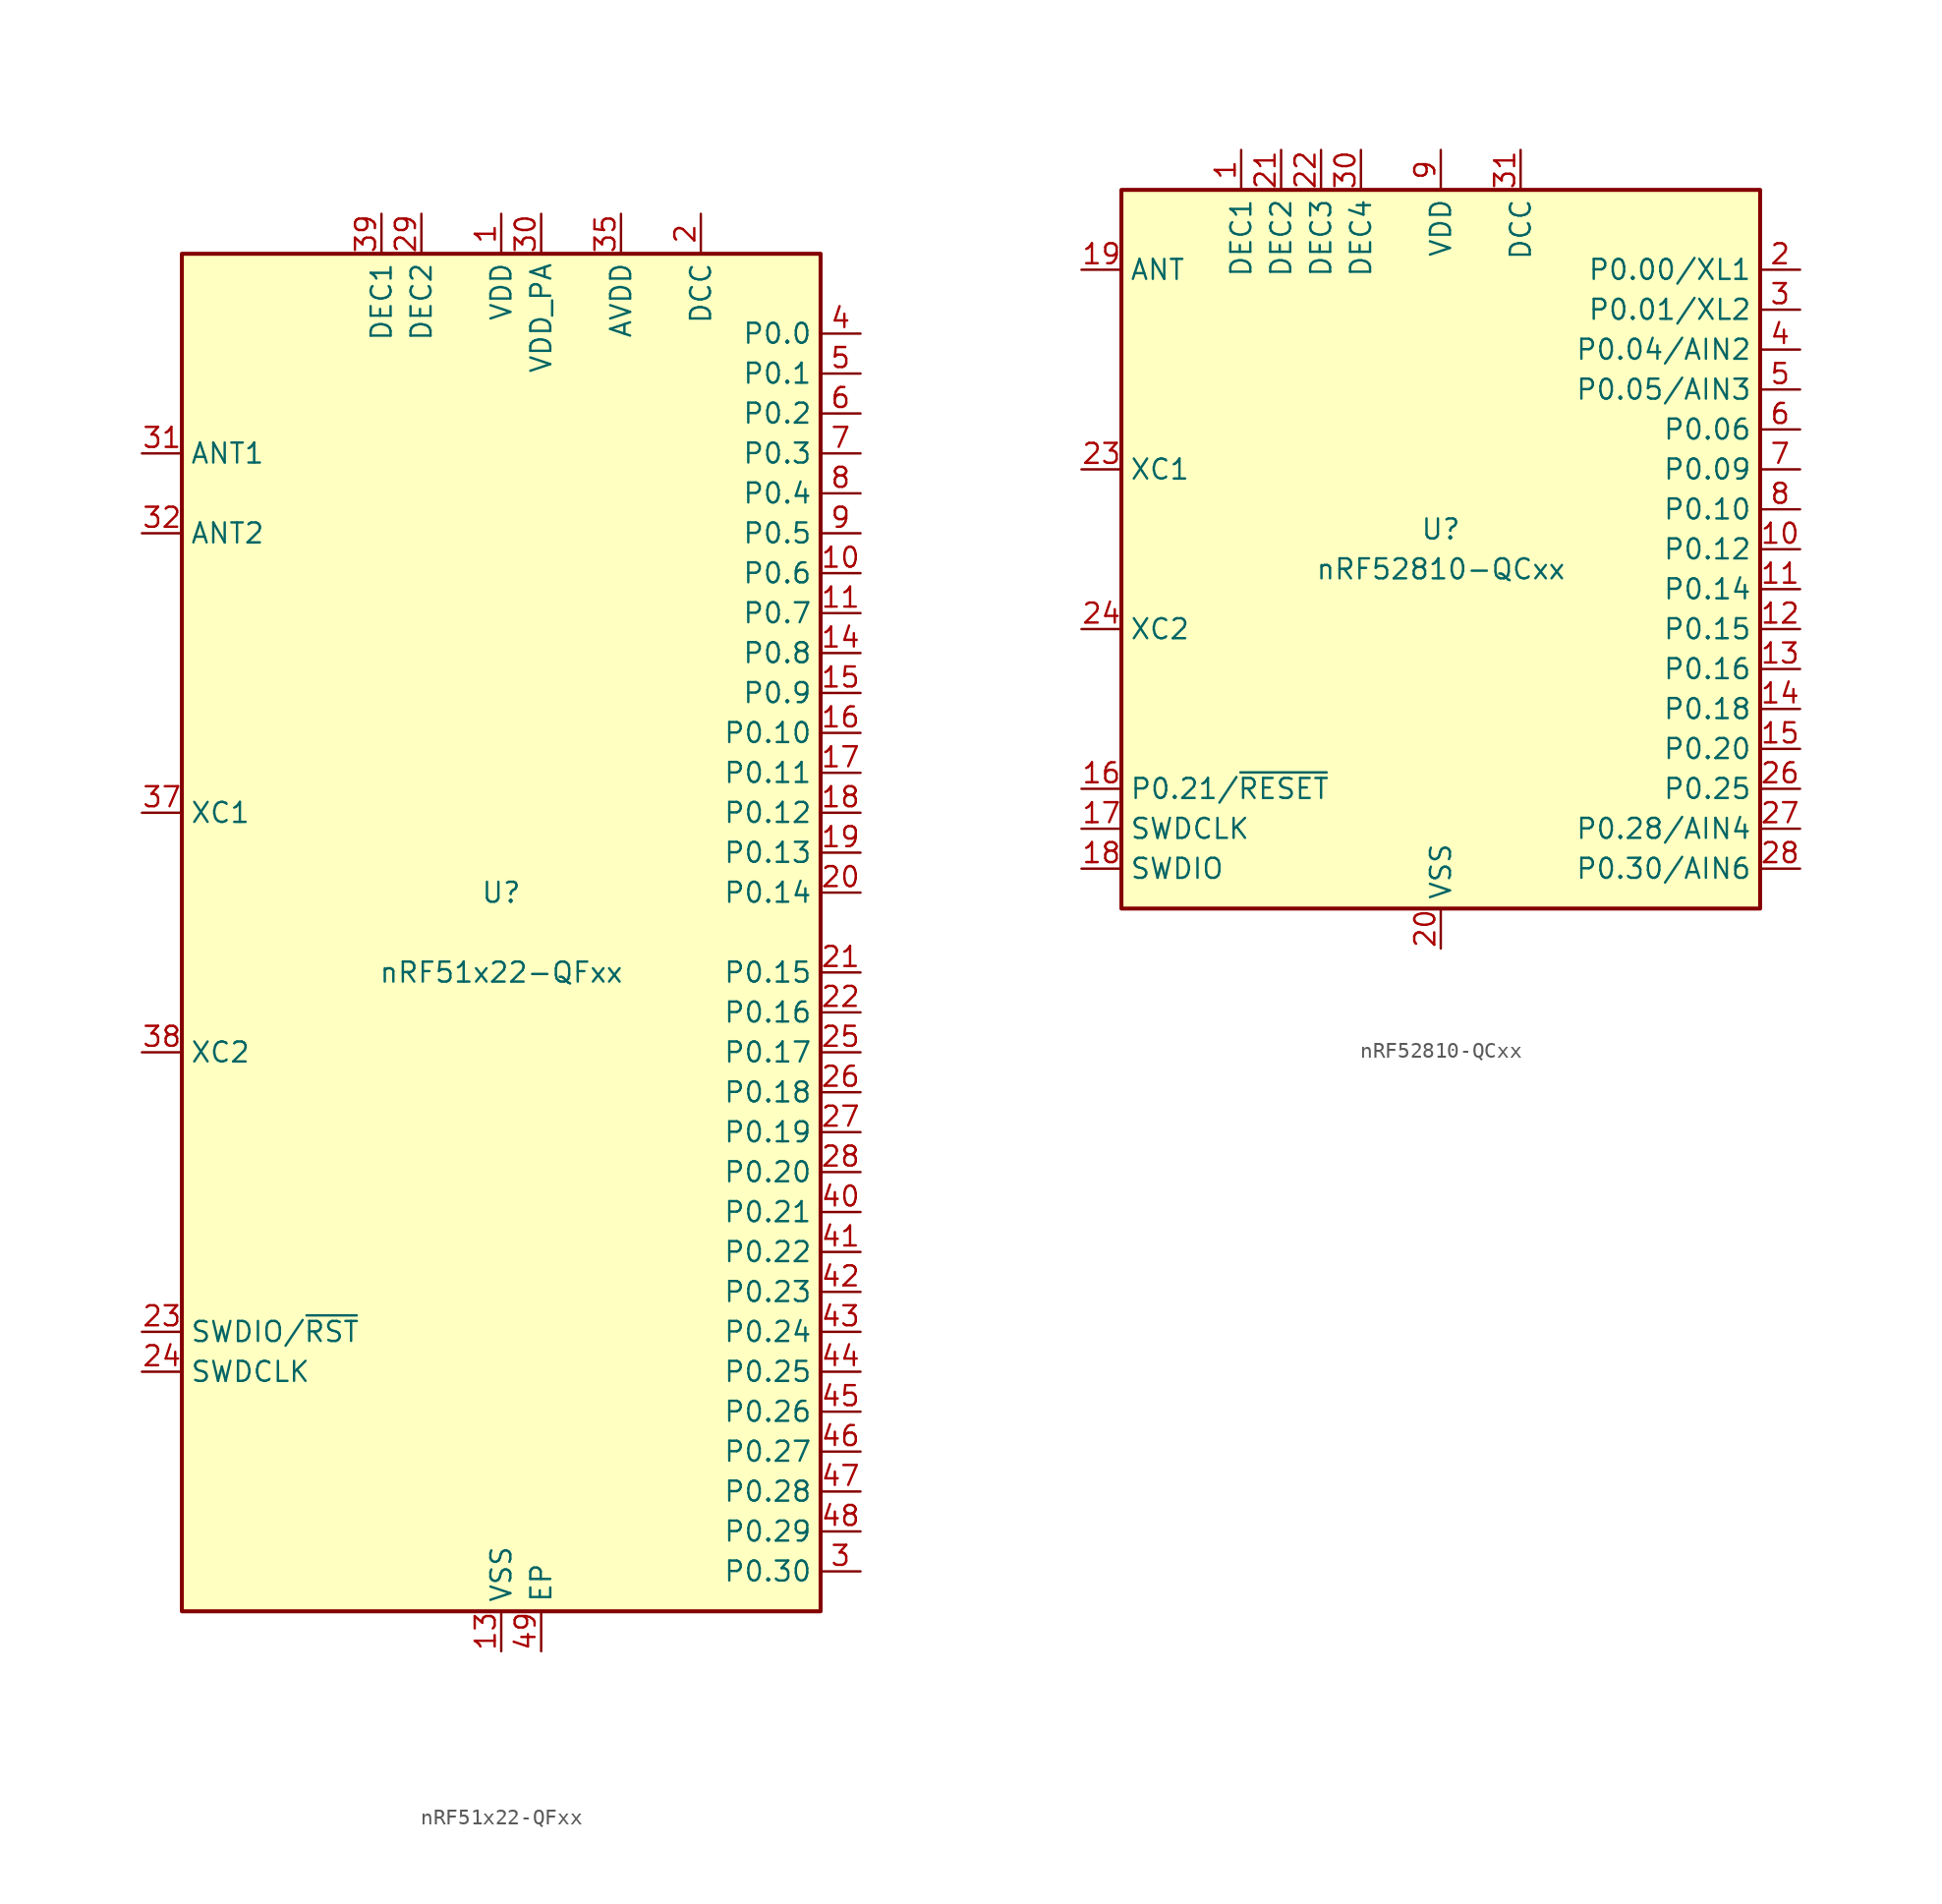
<source format=kicad_sym>
(kicad_symbol_lib
  (version 20241209)
  (generator "kicad_symbol_editor")
  (generator_version "9.0")
  (symbol "nRF51x22-QFxx"
    (property "Reference" "U"
      (at 0 2.54 0)
      (effects (font (size 1.27 1.27))))
    (property "Value" "nRF51x22-QFxx"
      (at 0 -2.54 0)
      (effects (font (size 1.27 1.27))))
    (symbol "nRF51x22-QFxx_0_1"
      (rectangle (start -20.32 43.18) (end 20.32 -43.18) (stroke (width 0.254) (type default)) (fill (type background))))
    (symbol "nRF51x22-QFxx_1_1"
      (pin output line (at -22.86 30.48 0) (length 2.54) (name "ANT1" (effects (font (size 1.27 1.27)))) (number "31" (effects (font (size 1.27 1.27)))))
      (pin output line (at -22.86 25.4 0) (length 2.54) (name "ANT2" (effects (font (size 1.27 1.27)))) (number "32" (effects (font (size 1.27 1.27)))))
      (pin input line (at -22.86 7.62 0) (length 2.54) (name "XC1" (effects (font (size 1.27 1.27)))) (number "37" (effects (font (size 1.27 1.27)))))
      (pin input line (at -22.86 -7.62 0) (length 2.54) (name "XC2" (effects (font (size 1.27 1.27)))) (number "38" (effects (font (size 1.27 1.27)))))
      (pin bidirectional line (at -22.86 -25.4 0) (length 2.54) (name "SWDIO/~{RST}" (effects (font (size 1.27 1.27)))) (number "23" (effects (font (size 1.27 1.27)))))
      (pin input line (at -22.86 -27.94 0) (length 2.54) (name "SWDCLK" (effects (font (size 1.27 1.27)))) (number "24" (effects (font (size 1.27 1.27)))))
      (pin passive line (at -7.62 45.72 270) (length 2.54) (name "DEC1" (effects (font (size 1.27 1.27)))) (number "39" (effects (font (size 1.27 1.27)))))
      (pin passive line (at -5.08 45.72 270) (length 2.54) (name "DEC2" (effects (font (size 1.27 1.27)))) (number "29" (effects (font (size 1.27 1.27)))))
      (pin power_in line (at 0 45.72 270) (length 2.54) (name "VDD" (effects (font (size 1.27 1.27)))) (number "1" (effects (font (size 1.27 1.27)))))
      (pin passive line (at 0 45.72 270) (length 2.54) (hide yes) (name "VDD" (effects (font (size 1.27 1.27)))) (number "12" (effects (font (size 1.27 1.27)))))
      (pin power_in line (at 0 -45.72 90) (length 2.54) (name "VSS" (effects (font (size 1.27 1.27)))) (number "13" (effects (font (size 1.27 1.27)))))
      (pin passive line (at 0 -45.72 90) (length 2.54) (hide yes) (name "VSS" (effects (font (size 1.27 1.27)))) (number "33" (effects (font (size 1.27 1.27)))))
      (pin passive line (at 0 -45.72 90) (length 2.54) (hide yes) (name "VSS" (effects (font (size 1.27 1.27)))) (number "34" (effects (font (size 1.27 1.27)))))
      (pin power_out line (at 2.54 45.72 270) (length 2.54) (name "VDD_PA" (effects (font (size 1.27 1.27)))) (number "30" (effects (font (size 1.27 1.27)))))
      (pin power_in line (at 2.54 -45.72 90) (length 2.54) (name "EP" (effects (font (size 1.27 1.27)))) (number "49" (effects (font (size 1.27 1.27)))))
      (pin power_in line (at 7.62 45.72 270) (length 2.54) (name "AVDD" (effects (font (size 1.27 1.27)))) (number "35" (effects (font (size 1.27 1.27)))))
      (pin passive line (at 7.62 45.72 270) (length 2.54) (hide yes) (name "AVDD" (effects (font (size 1.27 1.27)))) (number "36" (effects (font (size 1.27 1.27)))))
      (pin power_out line (at 12.7 45.72 270) (length 2.54) (name "DCC" (effects (font (size 1.27 1.27)))) (number "2" (effects (font (size 1.27 1.27)))))
      (pin bidirectional line (at 22.86 38.1 180) (length 2.54) (name "P0.0" (effects (font (size 1.27 1.27)))) (number "4" (effects (font (size 1.27 1.27)))))
      (pin bidirectional line (at 22.86 35.56 180) (length 2.54) (name "P0.1" (effects (font (size 1.27 1.27)))) (number "5" (effects (font (size 1.27 1.27)))))
      (pin bidirectional line (at 22.86 33.02 180) (length 2.54) (name "P0.2" (effects (font (size 1.27 1.27)))) (number "6" (effects (font (size 1.27 1.27)))))
      (pin bidirectional line (at 22.86 30.48 180) (length 2.54) (name "P0.3" (effects (font (size 1.27 1.27)))) (number "7" (effects (font (size 1.27 1.27)))))
      (pin bidirectional line (at 22.86 27.94 180) (length 2.54) (name "P0.4" (effects (font (size 1.27 1.27)))) (number "8" (effects (font (size 1.27 1.27)))))
      (pin bidirectional line (at 22.86 25.4 180) (length 2.54) (name "P0.5" (effects (font (size 1.27 1.27)))) (number "9" (effects (font (size 1.27 1.27)))))
      (pin bidirectional line (at 22.86 22.86 180) (length 2.54) (name "P0.6" (effects (font (size 1.27 1.27)))) (number "10" (effects (font (size 1.27 1.27)))))
      (pin bidirectional line (at 22.86 20.32 180) (length 2.54) (name "P0.7" (effects (font (size 1.27 1.27)))) (number "11" (effects (font (size 1.27 1.27)))))
      (pin bidirectional line (at 22.86 17.78 180) (length 2.54) (name "P0.8" (effects (font (size 1.27 1.27)))) (number "14" (effects (font (size 1.27 1.27)))))
      (pin bidirectional line (at 22.86 15.24 180) (length 2.54) (name "P0.9" (effects (font (size 1.27 1.27)))) (number "15" (effects (font (size 1.27 1.27)))))
      (pin bidirectional line (at 22.86 12.7 180) (length 2.54) (name "P0.10" (effects (font (size 1.27 1.27)))) (number "16" (effects (font (size 1.27 1.27)))))
      (pin bidirectional line (at 22.86 10.16 180) (length 2.54) (name "P0.11" (effects (font (size 1.27 1.27)))) (number "17" (effects (font (size 1.27 1.27)))))
      (pin bidirectional line (at 22.86 7.62 180) (length 2.54) (name "P0.12" (effects (font (size 1.27 1.27)))) (number "18" (effects (font (size 1.27 1.27)))))
      (pin bidirectional line (at 22.86 5.08 180) (length 2.54) (name "P0.13" (effects (font (size 1.27 1.27)))) (number "19" (effects (font (size 1.27 1.27)))))
      (pin bidirectional line (at 22.86 2.54 180) (length 2.54) (name "P0.14" (effects (font (size 1.27 1.27)))) (number "20" (effects (font (size 1.27 1.27)))))
      (pin bidirectional line (at 22.86 -2.54 180) (length 2.54) (name "P0.15" (effects (font (size 1.27 1.27)))) (number "21" (effects (font (size 1.27 1.27)))))
      (pin bidirectional line (at 22.86 -5.08 180) (length 2.54) (name "P0.16" (effects (font (size 1.27 1.27)))) (number "22" (effects (font (size 1.27 1.27)))))
      (pin bidirectional line (at 22.86 -7.62 180) (length 2.54) (name "P0.17" (effects (font (size 1.27 1.27)))) (number "25" (effects (font (size 1.27 1.27)))))
      (pin bidirectional line (at 22.86 -10.16 180) (length 2.54) (name "P0.18" (effects (font (size 1.27 1.27)))) (number "26" (effects (font (size 1.27 1.27)))))
      (pin bidirectional line (at 22.86 -12.7 180) (length 2.54) (name "P0.19" (effects (font (size 1.27 1.27)))) (number "27" (effects (font (size 1.27 1.27)))))
      (pin bidirectional line (at 22.86 -15.24 180) (length 2.54) (name "P0.20" (effects (font (size 1.27 1.27)))) (number "28" (effects (font (size 1.27 1.27)))))
      (pin bidirectional line (at 22.86 -17.78 180) (length 2.54) (name "P0.21" (effects (font (size 1.27 1.27)))) (number "40" (effects (font (size 1.27 1.27)))))
      (pin bidirectional line (at 22.86 -20.32 180) (length 2.54) (name "P0.22" (effects (font (size 1.27 1.27)))) (number "41" (effects (font (size 1.27 1.27)))))
      (pin bidirectional line (at 22.86 -22.86 180) (length 2.54) (name "P0.23" (effects (font (size 1.27 1.27)))) (number "42" (effects (font (size 1.27 1.27)))))
      (pin bidirectional line (at 22.86 -25.4 180) (length 2.54) (name "P0.24" (effects (font (size 1.27 1.27)))) (number "43" (effects (font (size 1.27 1.27)))))
      (pin bidirectional line (at 22.86 -27.94 180) (length 2.54) (name "P0.25" (effects (font (size 1.27 1.27)))) (number "44" (effects (font (size 1.27 1.27)))))
      (pin bidirectional line (at 22.86 -30.48 180) (length 2.54) (name "P0.26" (effects (font (size 1.27 1.27)))) (number "45" (effects (font (size 1.27 1.27)))))
      (pin bidirectional line (at 22.86 -33.02 180) (length 2.54) (name "P0.27" (effects (font (size 1.27 1.27)))) (number "46" (effects (font (size 1.27 1.27)))))
      (pin bidirectional line (at 22.86 -35.56 180) (length 2.54) (name "P0.28" (effects (font (size 1.27 1.27)))) (number "47" (effects (font (size 1.27 1.27)))))
      (pin bidirectional line (at 22.86 -38.1 180) (length 2.54) (name "P0.29" (effects (font (size 1.27 1.27)))) (number "48" (effects (font (size 1.27 1.27)))))
      (pin bidirectional line (at 22.86 -40.64 180) (length 2.54) (name "P0.30" (effects (font (size 1.27 1.27)))) (number "3" (effects (font (size 1.27 1.27)))))))
  (symbol "nRF52810-QCxx"
    (property "Reference" "U"
      (at 0 1.27 0)
      (effects (font (size 1.27 1.27))))
    (property "Value" "nRF52810-QCxx"
      (at 0 -1.27 0)
      (effects (font (size 1.27 1.27))))
    (symbol "nRF52810-QCxx_0_1"
      (rectangle (start -20.32 22.86) (end 20.32 -22.86) (stroke (width 0.254) (type default)) (fill (type background))))
    (symbol "nRF52810-QCxx_1_1"
      (pin passive line (at -22.86 17.78 0) (length 2.54) (name "ANT" (effects (font (size 1.27 1.27)))) (number "19" (effects (font (size 1.27 1.27)))))
      (pin input line (at -22.86 5.08 0) (length 2.54) (name "XC1" (effects (font (size 1.27 1.27)))) (number "23" (effects (font (size 1.27 1.27)))))
      (pin input line (at -22.86 -5.08 0) (length 2.54) (name "XC2" (effects (font (size 1.27 1.27)))) (number "24" (effects (font (size 1.27 1.27)))))
      (pin bidirectional line (at -22.86 -15.24 0) (length 2.54) (name "P0.21/~{RESET}" (effects (font (size 1.27 1.27)))) (number "16" (effects (font (size 1.27 1.27)))))
      (pin input line (at -22.86 -17.78 0) (length 2.54) (name "SWDCLK" (effects (font (size 1.27 1.27)))) (number "17" (effects (font (size 1.27 1.27)))))
      (pin bidirectional line (at -22.86 -20.32 0) (length 2.54) (name "SWDIO" (effects (font (size 1.27 1.27)))) (number "18" (effects (font (size 1.27 1.27)))))
      (pin passive line (at -12.7 25.4 270) (length 2.54) (name "DEC1" (effects (font (size 1.27 1.27)))) (number "1" (effects (font (size 1.27 1.27)))))
      (pin passive line (at -10.16 25.4 270) (length 2.54) (name "DEC2" (effects (font (size 1.27 1.27)))) (number "21" (effects (font (size 1.27 1.27)))))
      (pin passive line (at -7.62 25.4 270) (length 2.54) (name "DEC3" (effects (font (size 1.27 1.27)))) (number "22" (effects (font (size 1.27 1.27)))))
      (pin passive line (at -5.08 25.4 270) (length 2.54) (name "DEC4" (effects (font (size 1.27 1.27)))) (number "30" (effects (font (size 1.27 1.27)))))
      (pin passive line (at 0 25.4 270) (length 2.54) (hide yes) (name "VDD" (effects (font (size 1.27 1.27)))) (number "25" (effects (font (size 1.27 1.27)))))
      (pin passive line (at 0 25.4 270) (length 2.54) (hide yes) (name "VDD" (effects (font (size 1.27 1.27)))) (number "32" (effects (font (size 1.27 1.27)))))
      (pin power_in line (at 0 25.4 270) (length 2.54) (name "VDD" (effects (font (size 1.27 1.27)))) (number "9" (effects (font (size 1.27 1.27)))))
      (pin power_in line (at 0 -25.4 90) (length 2.54) (name "VSS" (effects (font (size 1.27 1.27)))) (number "20" (effects (font (size 1.27 1.27)))))
      (pin passive line (at 0 -25.4 90) (length 2.54) (hide yes) (name "VSS" (effects (font (size 1.27 1.27)))) (number "29" (effects (font (size 1.27 1.27)))))
      (pin passive line (at 0 -25.4 90) (length 2.54) (hide yes) (name "VSS" (effects (font (size 1.27 1.27)))) (number "33" (effects (font (size 1.27 1.27)))))
      (pin power_out line (at 5.08 25.4 270) (length 2.54) (name "DCC" (effects (font (size 1.27 1.27)))) (number "31" (effects (font (size 1.27 1.27)))))
      (pin bidirectional line (at 22.86 17.78 180) (length 2.54) (name "P0.00/XL1" (effects (font (size 1.27 1.27)))) (number "2" (effects (font (size 1.27 1.27)))))
      (pin bidirectional line (at 22.86 15.24 180) (length 2.54) (name "P0.01/XL2" (effects (font (size 1.27 1.27)))) (number "3" (effects (font (size 1.27 1.27)))))
      (pin bidirectional line (at 22.86 12.7 180) (length 2.54) (name "P0.04/AIN2" (effects (font (size 1.27 1.27)))) (number "4" (effects (font (size 1.27 1.27)))))
      (pin bidirectional line (at 22.86 10.16 180) (length 2.54) (name "P0.05/AIN3" (effects (font (size 1.27 1.27)))) (number "5" (effects (font (size 1.27 1.27)))))
      (pin bidirectional line (at 22.86 7.62 180) (length 2.54) (name "P0.06" (effects (font (size 1.27 1.27)))) (number "6" (effects (font (size 1.27 1.27)))))
      (pin bidirectional line (at 22.86 5.08 180) (length 2.54) (name "P0.09" (effects (font (size 1.27 1.27)))) (number "7" (effects (font (size 1.27 1.27)))))
      (pin bidirectional line (at 22.86 2.54 180) (length 2.54) (name "P0.10" (effects (font (size 1.27 1.27)))) (number "8" (effects (font (size 1.27 1.27)))))
      (pin bidirectional line (at 22.86 0 180) (length 2.54) (name "P0.12" (effects (font (size 1.27 1.27)))) (number "10" (effects (font (size 1.27 1.27)))))
      (pin bidirectional line (at 22.86 -2.54 180) (length 2.54) (name "P0.14" (effects (font (size 1.27 1.27)))) (number "11" (effects (font (size 1.27 1.27)))))
      (pin bidirectional line (at 22.86 -5.08 180) (length 2.54) (name "P0.15" (effects (font (size 1.27 1.27)))) (number "12" (effects (font (size 1.27 1.27)))))
      (pin bidirectional line (at 22.86 -7.62 180) (length 2.54) (name "P0.16" (effects (font (size 1.27 1.27)))) (number "13" (effects (font (size 1.27 1.27)))))
      (pin bidirectional line (at 22.86 -10.16 180) (length 2.54) (name "P0.18" (effects (font (size 1.27 1.27)))) (number "14" (effects (font (size 1.27 1.27)))))
      (pin bidirectional line (at 22.86 -12.7 180) (length 2.54) (name "P0.20" (effects (font (size 1.27 1.27)))) (number "15" (effects (font (size 1.27 1.27)))))
      (pin bidirectional line (at 22.86 -15.24 180) (length 2.54) (name "P0.25" (effects (font (size 1.27 1.27)))) (number "26" (effects (font (size 1.27 1.27)))))
      (pin bidirectional line (at 22.86 -17.78 180) (length 2.54) (name "P0.28/AIN4" (effects (font (size 1.27 1.27)))) (number "27" (effects (font (size 1.27 1.27)))))
      (pin bidirectional line (at 22.86 -20.32 180) (length 2.54) (name "P0.30/AIN6" (effects (font (size 1.27 1.27)))) (number "28" (effects (font (size 1.27 1.27))))))))
</source>
